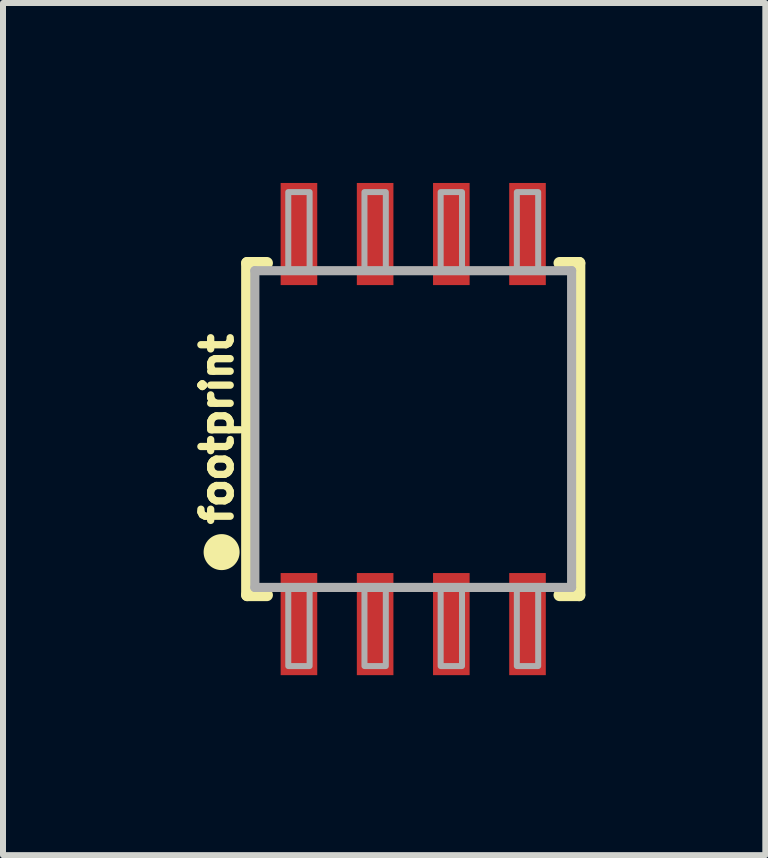
<source format=kicad_pcb>
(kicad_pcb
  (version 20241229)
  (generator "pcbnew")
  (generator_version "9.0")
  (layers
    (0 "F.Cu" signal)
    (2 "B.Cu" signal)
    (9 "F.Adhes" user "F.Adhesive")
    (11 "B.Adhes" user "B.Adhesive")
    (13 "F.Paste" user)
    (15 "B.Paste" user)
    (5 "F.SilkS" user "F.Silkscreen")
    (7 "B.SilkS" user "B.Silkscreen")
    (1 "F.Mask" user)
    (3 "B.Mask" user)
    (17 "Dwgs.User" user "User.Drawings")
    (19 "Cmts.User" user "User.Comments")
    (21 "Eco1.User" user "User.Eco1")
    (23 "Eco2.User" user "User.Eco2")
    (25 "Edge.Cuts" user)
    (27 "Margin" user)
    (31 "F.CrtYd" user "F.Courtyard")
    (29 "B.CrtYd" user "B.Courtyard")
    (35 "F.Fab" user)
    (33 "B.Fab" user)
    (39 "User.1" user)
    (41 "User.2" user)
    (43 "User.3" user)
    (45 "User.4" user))
  (footprint "footprint"
    (layer "F.Cu")
    (at 3.838 4.102)
    (property "Reference" "footprint" (at -2.985 0 90) (layer "F.SilkS") (effects (font (size 0.488 0.488) (thickness 0.122)) (justify bottom)))
    (fp_line (start -2.767 -2.767) (end -2.767 2.767) (stroke (width 0.203) (type solid)) (layer "F.SilkS"))
    (fp_line (start -2.767 2.767) (end -2.44 2.767) (stroke (width 0.203) (type solid)) (layer "F.SilkS"))
    (fp_line (start -2.44 -2.767) (end -2.767 -2.767) (stroke (width 0.203) (type solid)) (layer "F.SilkS"))
    (fp_line (start 2.44 2.767) (end 2.767 2.767) (stroke (width 0.203) (type solid)) (layer "F.SilkS"))
    (fp_line (start 2.767 -2.767) (end 2.44 -2.767) (stroke (width 0.203) (type solid)) (layer "F.SilkS"))
    (fp_line (start 2.767 2.767) (end 2.767 -2.767) (stroke (width 0.203) (type solid)) (layer "F.SilkS"))
    (fp_circle (center -3.194 2.051) (end -3.044 2.051) (stroke (width 0.3) (type solid)) (fill yes) (layer "F.SilkS"))
    (fp_line (start -2.64 -2.64) (end -2.64 2.64) (stroke (width 0.152) (type solid)) (layer "F.Fab"))
    (fp_line (start -2.64 2.64) (end 2.64 2.64) (stroke (width 0.152) (type solid)) (layer "F.Fab"))
    (fp_line (start 2.64 -2.64) (end -2.64 -2.64) (stroke (width 0.152) (type solid)) (layer "F.Fab"))
    (fp_line (start 2.64 2.64) (end 2.64 -2.64) (stroke (width 0.152) (type solid)) (layer "F.Fab"))
    (fp_poly (pts (xy -2.083 3.95) (xy -1.727 3.95) (xy -1.727 2.64) (xy -2.083 2.64)) (stroke (width 0.1) (type solid)) (fill no) (layer "F.Fab"))
    (fp_poly (pts (xy -1.727 -3.95) (xy -2.083 -3.95) (xy -2.083 -2.64) (xy -1.727 -2.64)) (stroke (width 0.1) (type solid)) (fill no) (layer "F.Fab"))
    (fp_poly (pts (xy -0.813 3.95) (xy -0.457 3.95) (xy -0.457 2.64) (xy -0.813 2.64)) (stroke (width 0.1) (type solid)) (fill no) (layer "F.Fab"))
    (fp_poly (pts (xy -0.457 -3.95) (xy -0.813 -3.95) (xy -0.813 -2.64) (xy -0.457 -2.64)) (stroke (width 0.1) (type solid)) (fill no) (layer "F.Fab"))
    (fp_poly (pts (xy 0.457 3.95) (xy 0.813 3.95) (xy 0.813 2.64) (xy 0.457 2.64)) (stroke (width 0.1) (type solid)) (fill no) (layer "F.Fab"))
    (fp_poly (pts (xy 0.813 -3.95) (xy 0.457 -3.95) (xy 0.457 -2.64) (xy 0.813 -2.64)) (stroke (width 0.1) (type solid)) (fill no) (layer "F.Fab"))
    (fp_poly (pts (xy 1.727 3.95) (xy 2.083 3.95) (xy 2.083 2.64) (xy 1.727 2.64)) (stroke (width 0.1) (type solid)) (fill no) (layer "F.Fab"))
    (fp_poly (pts (xy 2.083 -3.95) (xy 1.727 -3.95) (xy 1.727 -2.64) (xy 2.083 -2.64)) (stroke (width 0.1) (type solid)) (fill no) (layer "F.Fab"))
    (pad "1" smd rect (at -1.905 3.251) (size 0.61 1.702) (layers "F.Cu" "F.Mask" "F.Paste"))
    (pad "2" smd rect (at -0.635 3.251) (size 0.61 1.702) (layers "F.Cu" "F.Mask" "F.Paste"))
    (pad "3" smd rect (at 0.635 3.251) (size 0.61 1.702) (layers "F.Cu" "F.Mask" "F.Paste"))
    (pad "4" smd rect (at 1.905 3.251) (size 0.61 1.702) (layers "F.Cu" "F.Mask" "F.Paste"))
    (pad "5" smd rect (at 1.905 -3.251) (size 0.61 1.702) (layers "F.Cu" "F.Mask" "F.Paste"))
    (pad "6" smd rect (at 0.635 -3.251) (size 0.61 1.702) (layers "F.Cu" "F.Mask" "F.Paste"))
    (pad "7" smd rect (at -0.635 -3.251) (size 0.61 1.702) (layers "F.Cu" "F.Mask" "F.Paste"))
    (pad "8" smd rect (at -1.905 -3.251) (size 0.61 1.702) (layers "F.Cu" "F.Mask" "F.Paste")))
  (gr_rect
    (start -3 -3)
    (end 9.707 11.204)
    (stroke (width 0.1) (type default))
    (fill no)
    (layer "Edge.Cuts")))
</source>
